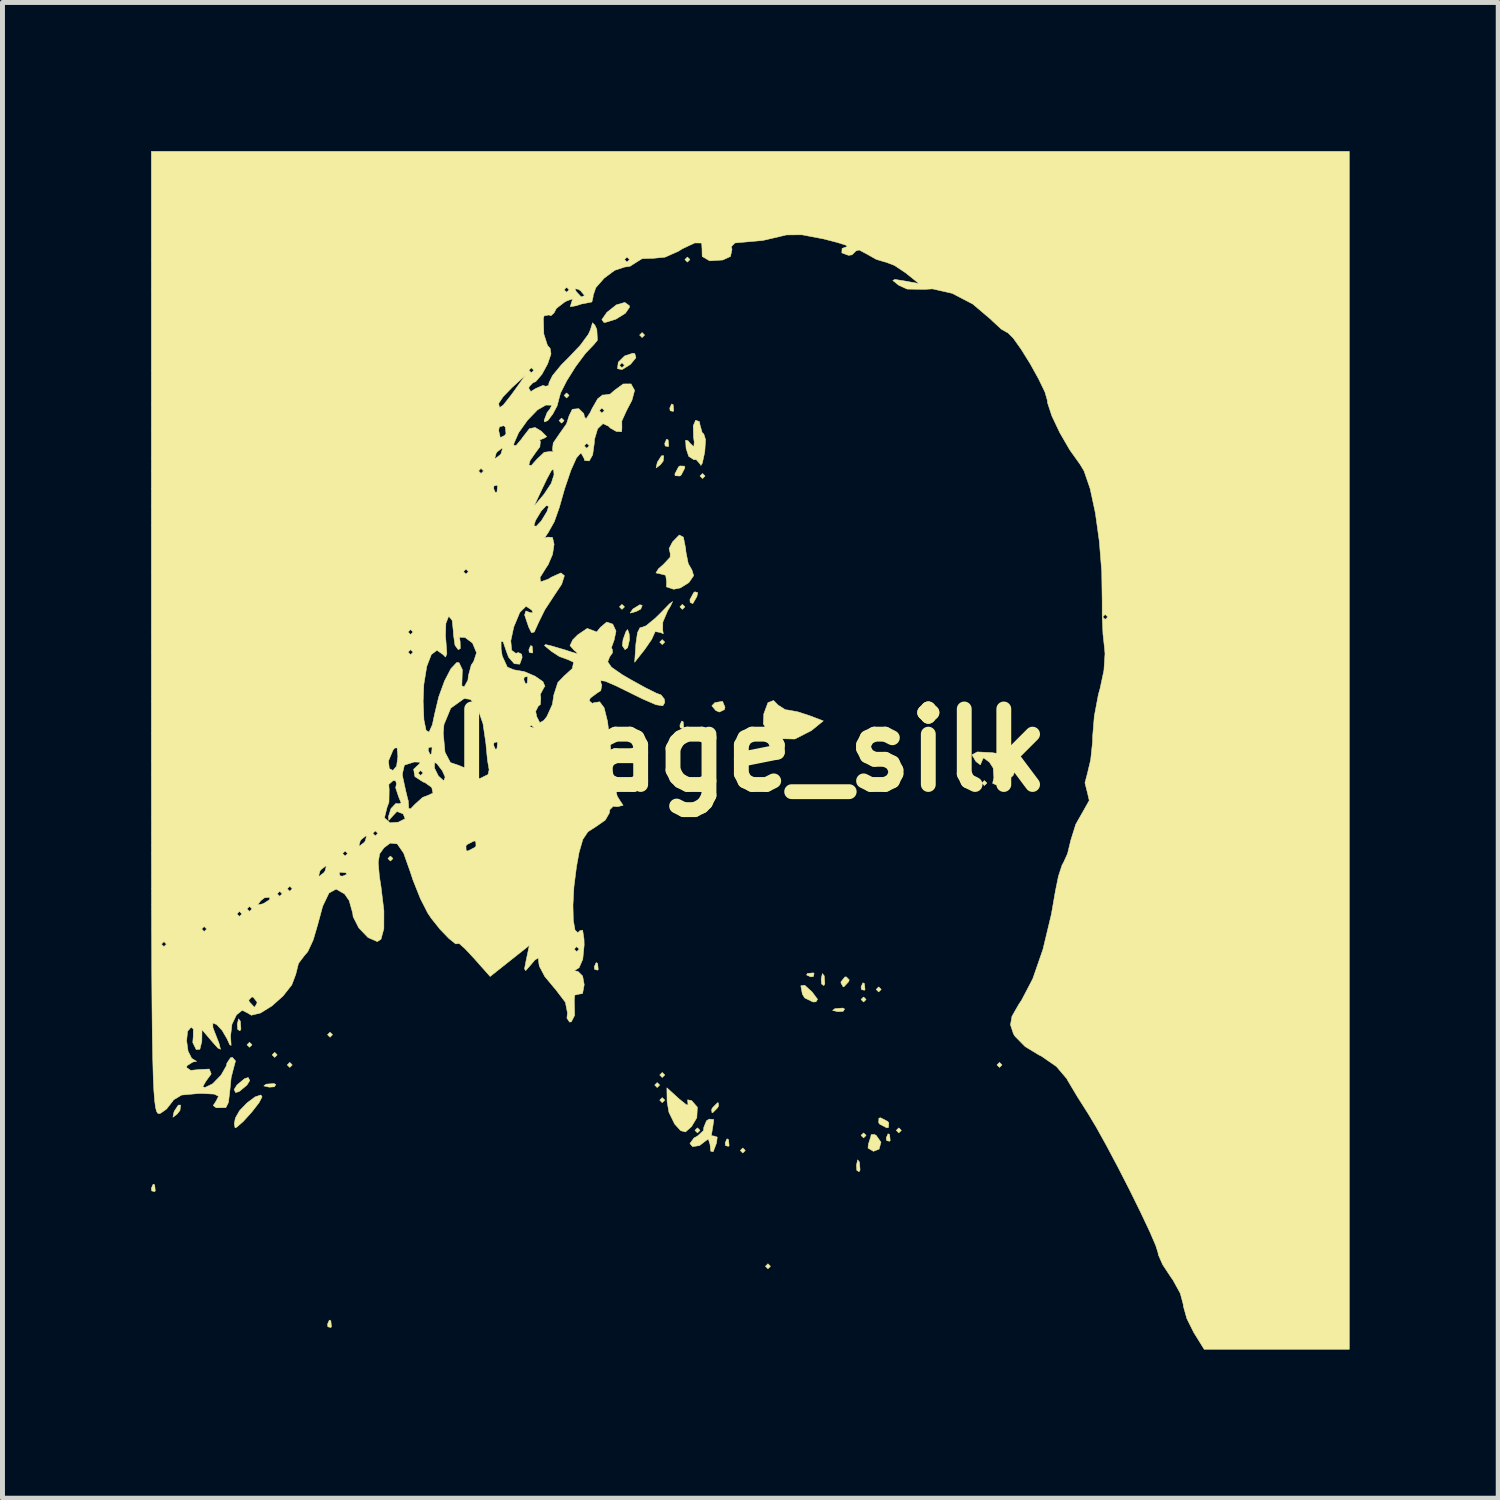
<source format=kicad_pcb>
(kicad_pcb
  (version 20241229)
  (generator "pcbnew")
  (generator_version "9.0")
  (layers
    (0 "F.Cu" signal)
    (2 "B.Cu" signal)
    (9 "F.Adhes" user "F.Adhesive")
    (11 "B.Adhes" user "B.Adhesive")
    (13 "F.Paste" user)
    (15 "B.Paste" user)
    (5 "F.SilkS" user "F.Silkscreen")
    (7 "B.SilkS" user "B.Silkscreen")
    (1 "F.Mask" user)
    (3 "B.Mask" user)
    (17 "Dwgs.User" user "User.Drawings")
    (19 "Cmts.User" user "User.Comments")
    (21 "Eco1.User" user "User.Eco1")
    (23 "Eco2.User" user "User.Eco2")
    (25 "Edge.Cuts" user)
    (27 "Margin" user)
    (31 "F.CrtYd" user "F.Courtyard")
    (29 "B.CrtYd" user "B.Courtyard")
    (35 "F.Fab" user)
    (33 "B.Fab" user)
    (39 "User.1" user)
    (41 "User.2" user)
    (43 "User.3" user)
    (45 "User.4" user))
  (footprint "Image_silk"
    (layer "F.Cu")
    (at 12.095 12.095)
    (property "Reference" "Image_silk" (at 0 0 0) (layer "F.SilkS") (effects (font (size 1.524 1.524) (thickness 0.3))))
    (attr through_hole)
    (fp_poly (pts (xy -10.058 5.944) (xy -10.109 5.994) (xy -10.16 5.944) (xy -10.109 5.893) (xy -10.058 5.944)) (stroke (width 0.01) (type solid)) (fill yes) (layer "F.SilkS"))
    (fp_poly (pts (xy -9.55 6.147) (xy -9.601 6.198) (xy -9.652 6.147) (xy -9.601 6.096) (xy -9.55 6.147)) (stroke (width 0.01) (type solid)) (fill yes) (layer "F.SilkS"))
    (fp_poly (pts (xy -9.246 6.35) (xy -9.296 6.401) (xy -9.347 6.35) (xy -9.296 6.299) (xy -9.246 6.35)) (stroke (width 0.01) (type solid)) (fill yes) (layer "F.SilkS"))
    (fp_poly (pts (xy -8.433 5.74) (xy -8.484 5.791) (xy -8.534 5.74) (xy -8.484 5.69) (xy -8.433 5.74)) (stroke (width 0.01) (type solid)) (fill yes) (layer "F.SilkS"))
    (fp_poly (pts (xy -7.214 2.184) (xy -7.264 2.235) (xy -7.315 2.184) (xy -7.264 2.134) (xy -7.214 2.184)) (stroke (width 0.01) (type solid)) (fill yes) (layer "F.SilkS"))
    (fp_poly (pts (xy -3.759 -6.655) (xy -3.81 -6.604) (xy -3.861 -6.655) (xy -3.81 -6.706) (xy -3.759 -6.655)) (stroke (width 0.01) (type solid)) (fill yes) (layer "F.SilkS"))
    (fp_poly (pts (xy -3.658 -7.163) (xy -3.708 -7.112) (xy -3.759 -7.163) (xy -3.708 -7.214) (xy -3.658 -7.163)) (stroke (width 0.01) (type solid)) (fill yes) (layer "F.SilkS"))
    (fp_poly (pts (xy -2.54 -2.896) (xy -2.591 -2.845) (xy -2.642 -2.896) (xy -2.591 -2.946) (xy -2.54 -2.896)) (stroke (width 0.01) (type solid)) (fill yes) (layer "F.SilkS"))
    (fp_poly (pts (xy -2.134 -8.382) (xy -2.184 -8.331) (xy -2.235 -8.382) (xy -2.184 -8.433) (xy -2.134 -8.382)) (stroke (width 0.01) (type solid)) (fill yes) (layer "F.SilkS"))
    (fp_poly (pts (xy -1.829 6.756) (xy -1.88 6.807) (xy -1.93 6.756) (xy -1.88 6.706) (xy -1.829 6.756)) (stroke (width 0.01) (type solid)) (fill yes) (layer "F.SilkS"))
    (fp_poly (pts (xy -1.727 -2.184) (xy -1.778 -2.134) (xy -1.829 -2.184) (xy -1.778 -2.235) (xy -1.727 -2.184)) (stroke (width 0.01) (type solid)) (fill yes) (layer "F.SilkS"))
    (fp_poly (pts (xy -1.727 6.553) (xy -1.778 6.604) (xy -1.829 6.553) (xy -1.778 6.502) (xy -1.727 6.553)) (stroke (width 0.01) (type solid)) (fill yes) (layer "F.SilkS"))
    (fp_poly (pts (xy -1.727 7.061) (xy -1.778 7.112) (xy -1.829 7.061) (xy -1.778 7.01) (xy -1.727 7.061)) (stroke (width 0.01) (type solid)) (fill yes) (layer "F.SilkS"))
    (fp_poly (pts (xy -1.321 -2.896) (xy -1.372 -2.845) (xy -1.422 -2.896) (xy -1.372 -2.946) (xy -1.321 -2.896)) (stroke (width 0.01) (type solid)) (fill yes) (layer "F.SilkS"))
    (fp_poly (pts (xy -1.219 -9.906) (xy -1.27 -9.855) (xy -1.321 -9.906) (xy -1.27 -9.957) (xy -1.219 -9.906)) (stroke (width 0.01) (type solid)) (fill yes) (layer "F.SilkS"))
    (fp_poly (pts (xy -1.016 7.671) (xy -1.067 7.722) (xy -1.118 7.671) (xy -1.067 7.62) (xy -1.016 7.671)) (stroke (width 0.01) (type solid)) (fill yes) (layer "F.SilkS"))
    (fp_poly (pts (xy -0.914 -5.537) (xy -0.965 -5.486) (xy -1.016 -5.537) (xy -0.965 -5.588) (xy -0.914 -5.537)) (stroke (width 0.01) (type solid)) (fill yes) (layer "F.SilkS"))
    (fp_poly (pts (xy -0.102 8.077) (xy -0.152 8.128) (xy -0.203 8.077) (xy -0.152 8.026) (xy -0.102 8.077)) (stroke (width 0.01) (type solid)) (fill yes) (layer "F.SilkS"))
    (fp_poly (pts (xy 0.406 10.414) (xy 0.356 10.465) (xy 0.305 10.414) (xy 0.356 10.363) (xy 0.406 10.414)) (stroke (width 0.01) (type solid)) (fill yes) (layer "F.SilkS"))
    (fp_poly (pts (xy 2.337 5.029) (xy 2.286 5.08) (xy 2.235 5.029) (xy 2.286 4.978) (xy 2.337 5.029)) (stroke (width 0.01) (type solid)) (fill yes) (layer "F.SilkS"))
    (fp_poly (pts (xy 2.337 7.772) (xy 2.286 7.823) (xy 2.235 7.772) (xy 2.286 7.722) (xy 2.337 7.772)) (stroke (width 0.01) (type solid)) (fill yes) (layer "F.SilkS"))
    (fp_poly (pts (xy 2.642 4.826) (xy 2.591 4.877) (xy 2.54 4.826) (xy 2.591 4.775) (xy 2.642 4.826)) (stroke (width 0.01) (type solid)) (fill yes) (layer "F.SilkS"))
    (fp_poly (pts (xy 3.048 7.671) (xy 2.997 7.722) (xy 2.946 7.671) (xy 2.997 7.62) (xy 3.048 7.671)) (stroke (width 0.01) (type solid)) (fill yes) (layer "F.SilkS"))
    (fp_poly (pts (xy 4.775 0.66) (xy 4.724 0.711) (xy 4.674 0.66) (xy 4.724 0.61) (xy 4.775 0.66)) (stroke (width 0.01) (type solid)) (fill yes) (layer "F.SilkS"))
    (fp_poly (pts (xy 5.08 6.35) (xy 5.029 6.401) (xy 4.978 6.35) (xy 5.029 6.299) (xy 5.08 6.35)) (stroke (width 0.01) (type solid)) (fill yes) (layer "F.SilkS"))
    (fp_poly (pts (xy 5.182 -0.051) (xy 5.131 0) (xy 5.08 -0.051) (xy 5.131 -0.102) (xy 5.182 -0.051)) (stroke (width 0.01) (type solid)) (fill yes) (layer "F.SilkS"))
    (fp_poly (pts (xy -12.023 8.771) (xy -12.011 8.892) (xy -12.023 8.907) (xy -12.083 8.893) (xy -12.09 8.839) (xy -12.053 8.756) (xy -12.023 8.771)) (stroke (width 0.01) (type solid)) (fill yes) (layer "F.SilkS"))
    (fp_poly (pts (xy -10.294 5.467) (xy -10.282 5.626) (xy -10.302 5.662) (xy -10.348 5.632) (xy -10.355 5.529) (xy -10.33 5.42) (xy -10.294 5.467)) (stroke (width 0.01) (type solid)) (fill yes) (layer "F.SilkS"))
    (fp_poly (pts (xy -9.578 6.746) (xy -9.608 6.792) (xy -9.711 6.799) (xy -9.82 6.774) (xy -9.773 6.738) (xy -9.614 6.726) (xy -9.578 6.746)) (stroke (width 0.01) (type solid)) (fill yes) (layer "F.SilkS"))
    (fp_poly (pts (xy -8.467 11.515) (xy -8.455 11.635) (xy -8.467 11.65) (xy -8.527 11.636) (xy -8.534 11.582) (xy -8.497 11.499) (xy -8.467 11.515)) (stroke (width 0.01) (type solid)) (fill yes) (layer "F.SilkS"))
    (fp_poly (pts (xy -4.403 -2.1) (xy -4.391 -1.979) (xy -4.403 -1.964) (xy -4.463 -1.978) (xy -4.47 -2.032) (xy -4.433 -2.116) (xy -4.403 -2.1)) (stroke (width 0.01) (type solid)) (fill yes) (layer "F.SilkS"))
    (fp_poly (pts (xy -3.082 4.301) (xy -3.07 4.422) (xy -3.082 4.437) (xy -3.142 4.423) (xy -3.15 4.369) (xy -3.112 4.285) (xy -3.082 4.301)) (stroke (width 0.01) (type solid)) (fill yes) (layer "F.SilkS"))
    (fp_poly (pts (xy -1.659 -6.265) (xy -1.647 -6.145) (xy -1.659 -6.13) (xy -1.72 -6.144) (xy -1.727 -6.198) (xy -1.69 -6.281) (xy -1.659 -6.265)) (stroke (width 0.01) (type solid)) (fill yes) (layer "F.SilkS"))
    (fp_poly (pts (xy -1.558 -6.977) (xy -1.546 -6.856) (xy -1.558 -6.841) (xy -1.618 -6.855) (xy -1.626 -6.909) (xy -1.588 -6.992) (xy -1.558 -6.977)) (stroke (width 0.01) (type solid)) (fill yes) (layer "F.SilkS"))
    (fp_poly (pts (xy -1.355 -0.576) (xy -1.343 -0.455) (xy -1.355 -0.44) (xy -1.415 -0.454) (xy -1.422 -0.508) (xy -1.385 -0.592) (xy -1.355 -0.576)) (stroke (width 0.01) (type solid)) (fill yes) (layer "F.SilkS"))
    (fp_poly (pts (xy -0.44 7.857) (xy -0.428 7.978) (xy -0.44 7.993) (xy -0.501 7.979) (xy -0.508 7.925) (xy -0.471 7.841) (xy -0.44 7.857)) (stroke (width 0.01) (type solid)) (fill yes) (layer "F.SilkS"))
    (fp_poly (pts (xy 1.287 4.504) (xy 1.273 4.565) (xy 1.219 4.572) (xy 1.136 4.535) (xy 1.151 4.504) (xy 1.272 4.492) (xy 1.287 4.504)) (stroke (width 0.01) (type solid)) (fill yes) (layer "F.SilkS"))
    (fp_poly (pts (xy 1.492 4.553) (xy 1.504 4.712) (xy 1.484 4.748) (xy 1.438 4.717) (xy 1.43 4.614) (xy 1.455 4.506) (xy 1.492 4.553)) (stroke (width 0.01) (type solid)) (fill yes) (layer "F.SilkS"))
    (fp_poly (pts (xy 1.903 5.222) (xy 1.873 5.268) (xy 1.77 5.275) (xy 1.661 5.25) (xy 1.708 5.214) (xy 1.867 5.202) (xy 1.903 5.222)) (stroke (width 0.01) (type solid)) (fill yes) (layer "F.SilkS"))
    (fp_poly (pts (xy 2.203 8.312) (xy 2.215 8.471) (xy 2.195 8.507) (xy 2.149 8.477) (xy 2.142 8.374) (xy 2.166 8.265) (xy 2.203 8.312)) (stroke (width 0.01) (type solid)) (fill yes) (layer "F.SilkS"))
    (fp_poly (pts (xy 2.303 4.707) (xy 2.315 4.828) (xy 2.303 4.843) (xy 2.243 4.829) (xy 2.235 4.775) (xy 2.272 4.692) (xy 2.303 4.707)) (stroke (width 0.01) (type solid)) (fill yes) (layer "F.SilkS"))
    (fp_poly (pts (xy 2.811 7.755) (xy 2.823 7.876) (xy 2.811 7.891) (xy 2.751 7.877) (xy 2.743 7.823) (xy 2.78 7.74) (xy 2.811 7.755)) (stroke (width 0.01) (type solid)) (fill yes) (layer "F.SilkS"))
    (fp_poly (pts (xy -11.512 7.268) (xy -11.57 7.342) (xy -11.655 7.406) (xy -11.634 7.305) (xy -11.627 7.285) (xy -11.546 7.161) (xy -11.5 7.16) (xy -11.512 7.268)) (stroke (width 0.01) (type solid)) (fill yes) (layer "F.SilkS"))
    (fp_poly (pts (xy -2.182 -2.927) (xy -2.212 -2.851) (xy -2.307 -2.801) (xy -2.426 -2.77) (xy -2.377 -2.844) (xy -2.364 -2.857) (xy -2.231 -2.938) (xy -2.182 -2.927)) (stroke (width 0.01) (type solid)) (fill yes) (layer "F.SilkS"))
    (fp_poly (pts (xy -1.758 -5.839) (xy -1.816 -5.764) (xy -1.902 -5.7) (xy -1.88 -5.802) (xy -1.873 -5.821) (xy -1.793 -5.945) (xy -1.747 -5.946) (xy -1.758 -5.839)) (stroke (width 0.01) (type solid)) (fill yes) (layer "F.SilkS"))
    (fp_poly (pts (xy -1.061 -3.183) (xy -1.079 -3.104) (xy -1.161 -2.961) (xy -1.214 -2.985) (xy -1.219 -3.042) (xy -1.145 -3.18) (xy -1.119 -3.2) (xy -1.061 -3.183)) (stroke (width 0.01) (type solid)) (fill yes) (layer "F.SilkS"))
    (fp_poly (pts (xy -0.511 -0.871) (xy -0.523 -0.822) (xy -0.623 -0.773) (xy -0.697 -0.803) (xy -0.777 -0.899) (xy -0.715 -0.963) (xy -0.561 -0.989) (xy -0.511 -0.871)) (stroke (width 0.01) (type solid)) (fill yes) (layer "F.SilkS"))
    (fp_poly (pts (xy -10.104 6.665) (xy -10.16 6.756) (xy -10.313 6.884) (xy -10.388 6.909) (xy -10.419 6.848) (xy -10.363 6.756) (xy -10.21 6.628) (xy -10.135 6.604) (xy -10.104 6.665)) (stroke (width 0.01) (type solid)) (fill yes) (layer "F.SilkS"))
    (fp_poly (pts (xy -2.446 -2.353) (xy -2.438 -2.235) (xy -2.477 -2.07) (xy -2.53 -2.032) (xy -2.583 -2.113) (xy -2.569 -2.235) (xy -2.51 -2.399) (xy -2.477 -2.438) (xy -2.446 -2.353)) (stroke (width 0.01) (type solid)) (fill yes) (layer "F.SilkS"))
    (fp_poly (pts (xy -1.329 -5.736) (xy -1.321 -5.702) (xy -1.395 -5.558) (xy -1.422 -5.537) (xy -1.516 -5.542) (xy -1.524 -5.576) (xy -1.45 -5.72) (xy -1.422 -5.74) (xy -1.329 -5.736)) (stroke (width 0.01) (type solid)) (fill yes) (layer "F.SilkS"))
    (fp_poly (pts (xy -0.641 7.178) (xy -0.66 7.214) (xy -0.756 7.311) (xy -0.774 7.315) (xy -0.781 7.25) (xy -0.762 7.214) (xy -0.666 7.117) (xy -0.648 7.112) (xy -0.641 7.178)) (stroke (width 0.01) (type solid)) (fill yes) (layer "F.SilkS"))
    (fp_poly (pts (xy 1.249 4.88) (xy 1.357 5.026) (xy 1.325 5.076) (xy 1.266 5.08) (xy 1.098 4.998) (xy 1.051 4.923) (xy 1.019 4.753) (xy 1.097 4.741) (xy 1.249 4.88)) (stroke (width 0.01) (type solid)) (fill yes) (layer "F.SilkS"))
    (fp_poly (pts (xy 1.997 4.634) (xy 1.981 4.674) (xy 1.89 4.771) (xy 1.874 4.775) (xy 1.83 4.697) (xy 1.829 4.674) (xy 1.907 4.576) (xy 1.936 4.572) (xy 1.997 4.634)) (stroke (width 0.01) (type solid)) (fill yes) (layer "F.SilkS"))
    (fp_poly (pts (xy 2.773 7.491) (xy 2.794 7.518) (xy 2.789 7.612) (xy 2.755 7.62) (xy 2.612 7.546) (xy 2.591 7.518) (xy 2.595 7.425) (xy 2.63 7.417) (xy 2.773 7.491)) (stroke (width 0.01) (type solid)) (fill yes) (layer "F.SilkS"))
    (fp_poly (pts (xy 2.54 7.772) (xy 2.637 7.91) (xy 2.599 8.049) (xy 2.485 8.094) (xy 2.375 8.028) (xy 2.383 7.95) (xy 2.433 7.793) (xy 2.438 7.758) (xy 2.504 7.753) (xy 2.54 7.772)) (stroke (width 0.01) (type solid)) (fill yes) (layer "F.SilkS"))
    (fp_poly (pts (xy -2.442 -8.975) (xy -2.438 -8.944) (xy -2.522 -8.822) (xy -2.713 -8.703) (xy -2.923 -8.638) (xy -2.955 -8.636) (xy -2.997 -8.694) (xy -2.896 -8.839) (xy -2.705 -8.991) (xy -2.534 -9.041) (xy -2.442 -8.975)) (stroke (width 0.01) (type solid)) (fill yes) (layer "F.SilkS"))
    (fp_poly (pts (xy -9.855 6.993) (xy -9.917 7.113) (xy -10.063 7.301) (xy -10.233 7.489) (xy -10.368 7.607) (xy -10.4 7.62) (xy -10.416 7.538) (xy -10.394 7.422) (xy -10.309 7.272) (xy -10.158 7.116) (xy -9.997 6.996) (xy -9.881 6.956) (xy -9.855 6.993)) (stroke (width 0.01) (type solid)) (fill yes) (layer "F.SilkS"))
    (fp_poly (pts (xy 0.559 -0.914) (xy 0.706 -0.82) (xy 0.761 -0.813) (xy 0.954 -0.778) (xy 1.187 -0.703) (xy 1.473 -0.594) (xy 1.233 -0.399) (xy 0.899 -0.228) (xy 0.565 -0.235) (xy 0.381 -0.33) (xy 0.262 -0.536) (xy 0.272 -0.737) (xy 0.356 -0.963) (xy 0.469 -1.006) (xy 0.559 -0.914)) (stroke (width 0.01) (type solid)) (fill yes) (layer "F.SilkS"))
    (fp_poly (pts (xy -2.332 -8.008) (xy -2.309 -7.924) (xy -2.421 -7.789) (xy -2.588 -7.685) (xy -2.681 -7.703) (xy -2.673 -7.772) (xy -2.642 -7.772) (xy -2.591 -7.722) (xy -2.54 -7.772) (xy -2.591 -7.823) (xy -2.642 -7.772) (xy -2.673 -7.772) (xy -2.666 -7.834) (xy -2.537 -7.961) (xy -2.373 -8.015) (xy -2.332 -8.008)) (stroke (width 0.01) (type solid)) (fill yes) (layer "F.SilkS"))
    (fp_poly (pts (xy -1.435 7.038) (xy -1.29 7.155) (xy -1.251 7.155) (xy -1.259 7.139) (xy -1.266 7.054) (xy -1.186 7.069) (xy -1.069 7.203) (xy -1.08 7.416) (xy -1.187 7.595) (xy -1.309 7.703) (xy -1.406 7.677) (xy -1.527 7.544) (xy -1.643 7.306) (xy -1.68 7.089) (xy -1.684 6.812) (xy -1.435 7.038)) (stroke (width 0.01) (type solid)) (fill yes) (layer "F.SilkS"))
    (fp_poly (pts (xy 4.876 0.047) (xy 4.965 0.06) (xy 5.249 0.131) (xy 5.372 0.239) (xy 5.385 0.314) (xy 5.303 0.509) (xy 5.188 0.606) (xy 4.969 0.701) (xy 4.891 0.666) (xy 4.916 0.551) (xy 4.902 0.357) (xy 4.826 0.239) (xy 4.705 0.15) (xy 4.674 0.216) (xy 4.643 0.293) (xy 4.553 0.225) (xy 4.474 0.091) (xy 4.581 0.032) (xy 4.876 0.047)) (stroke (width 0.01) (type solid)) (fill yes) (layer "F.SilkS"))
    (fp_poly (pts (xy -0.737 7.453) (xy -0.759 7.61) (xy -0.762 7.621) (xy -0.787 7.779) (xy -0.732 7.785) (xy -0.668 7.807) (xy -0.682 7.925) (xy -0.75 8.103) (xy -0.8 8.09) (xy -0.814 7.95) (xy -0.847 7.847) (xy -0.891 7.874) (xy -1.026 7.978) (xy -1.166 7.999) (xy -1.219 7.936) (xy -1.138 7.825) (xy -1.066 7.786) (xy -0.945 7.674) (xy -0.939 7.61) (xy -0.884 7.476) (xy -0.828 7.443) (xy -0.737 7.453)) (stroke (width 0.01) (type solid)) (fill yes) (layer "F.SilkS"))
    (fp_poly (pts (xy -1.611 -2.914) (xy -1.669 -2.817) (xy -1.766 -2.589) (xy -1.769 -2.425) (xy -1.767 -2.42) (xy -1.757 -2.353) (xy -1.813 -2.378) (xy -1.92 -2.397) (xy -1.933 -2.368) (xy -1.992 -2.238) (xy -2.131 -2.037) (xy -2.135 -2.032) (xy -2.335 -1.778) (xy -2.31 -2.149) (xy -2.277 -2.377) (xy -2.226 -2.477) (xy -2.212 -2.475) (xy -2.105 -2.514) (xy -1.919 -2.666) (xy -1.819 -2.764) (xy -1.633 -2.955) (xy -1.569 -3.003) (xy -1.611 -2.914)) (stroke (width 0.01) (type solid)) (fill yes) (layer "F.SilkS"))
    (fp_poly (pts (xy -1.351 -4.303) (xy -1.305 -4.07) (xy -1.3 -4.005) (xy -1.253 -3.769) (xy -1.179 -3.64) (xy -1.144 -3.526) (xy -1.24 -3.386) (xy -1.413 -3.278) (xy -1.547 -3.251) (xy -1.694 -3.3) (xy -1.69 -3.404) (xy -1.708 -3.534) (xy -1.807 -3.559) (xy -1.905 -3.581) (xy -1.854 -3.665) (xy -1.752 -3.754) (xy -1.619 -3.897) (xy -1.616 -3.978) (xy -1.618 -3.979) (xy -1.64 -4.073) (xy -1.569 -4.209) (xy -1.434 -4.346) (xy -1.351 -4.303)) (stroke (width 0.01) (type solid)) (fill yes) (layer "F.SilkS"))
    (fp_poly (pts (xy -1.027 -6.634) (xy -1.016 -6.568) (xy -0.972 -6.413) (xy -0.939 -6.384) (xy -0.904 -6.272) (xy -0.918 -6.042) (xy -0.926 -5.994) (xy -0.969 -5.797) (xy -0.999 -5.748) (xy -1.003 -5.766) (xy -1.091 -5.867) (xy -1.141 -5.867) (xy -1.244 -5.934) (xy -1.297 -6.096) (xy -1.306 -6.261) (xy -1.255 -6.247) (xy -1.216 -6.198) (xy -1.141 -6.125) (xy -1.132 -6.22) (xy -1.147 -6.327) (xy -1.152 -6.55) (xy -1.104 -6.663) (xy -1.027 -6.634)) (stroke (width 0.01) (type solid)) (fill yes) (layer "F.SilkS"))
    (fp_poly (pts (xy 12.09 12.09) (xy 9.161 12.09) (xy 8.949 11.748) (xy 8.81 11.468) (xy 8.74 11.217) (xy 8.738 11.183) (xy 8.678 10.96) (xy 8.529 10.689) (xy 8.484 10.626) (xy 8.322 10.38) (xy 8.235 10.181) (xy 8.23 10.144) (xy 8.184 9.997) (xy 8.061 9.712) (xy 7.88 9.329) (xy 7.662 8.886) (xy 7.426 8.425) (xy 7.192 7.984) (xy 6.981 7.604) (xy 6.812 7.323) (xy 6.798 7.301) (xy 6.598 6.986) (xy 6.415 6.679) (xy 6.387 6.628) (xy 6.178 6.382) (xy 5.877 6.174) (xy 5.827 6.15) (xy 5.546 5.979) (xy 5.34 5.77) (xy 5.31 5.719) (xy 5.251 5.54) (xy 5.281 5.369) (xy 5.416 5.132) (xy 5.476 5.042) (xy 5.701 4.611) (xy 5.906 4.019) (xy 6.076 3.312) (xy 6.157 2.845) (xy 6.219 2.54) (xy 6.293 2.314) (xy 6.321 2.266) (xy 6.403 2.085) (xy 6.468 1.817) (xy 6.469 1.813) (xy 6.569 1.493) (xy 6.716 1.234) (xy 6.841 1.012) (xy 6.806 0.862) (xy 6.754 0.657) (xy 6.805 0.463) (xy 6.87 0.19) (xy 6.907 -0.165) (xy 6.91 -0.286) (xy 6.943 -0.69) (xy 7.025 -1.125) (xy 7.06 -1.251) (xy 7.137 -1.612) (xy 7.159 -1.952) (xy 7.149 -2.064) (xy 7.118 -2.348) (xy 7.103 -2.692) (xy 7.112 -2.692) (xy 7.163 -2.642) (xy 7.214 -2.692) (xy 7.163 -2.743) (xy 7.112 -2.692) (xy 7.103 -2.692) (xy 7.102 -2.733) (xy 7.102 -2.997) (xy 7.093 -3.606) (xy 7.044 -4.22) (xy 6.964 -4.793) (xy 6.859 -5.281) (xy 6.736 -5.639) (xy 6.654 -5.775) (xy 6.447 -6.065) (xy 6.246 -6.412) (xy 6.086 -6.75) (xy 6 -7.012) (xy 5.994 -7.069) (xy 5.946 -7.233) (xy 5.82 -7.494) (xy 5.651 -7.799) (xy 5.469 -8.092) (xy 5.307 -8.32) (xy 5.197 -8.43) (xy 5.185 -8.433) (xy 5.066 -8.501) (xy 4.886 -8.667) (xy 4.862 -8.692) (xy 4.491 -9.007) (xy 4.075 -9.224) (xy 3.677 -9.314) (xy 3.512 -9.304) (xy 3.165 -9.31) (xy 2.994 -9.388) (xy 2.876 -9.484) (xy 2.918 -9.505) (xy 3.101 -9.476) (xy 3.404 -9.421) (xy 3.134 -9.638) (xy 2.91 -9.787) (xy 2.733 -9.855) (xy 2.724 -9.855) (xy 2.541 -9.91) (xy 2.359 -10.013) (xy 2.197 -10.099) (xy 2.134 -10.081) (xy 2.051 -10.001) (xy 1.981 -9.991) (xy 1.847 -10.041) (xy 1.852 -10.131) (xy 1.956 -10.168) (xy 1.935 -10.194) (xy 1.755 -10.251) (xy 1.477 -10.323) (xy 1.041 -10.406) (xy 0.724 -10.403) (xy 0.573 -10.366) (xy 0.25 -10.291) (xy -0.077 -10.262) (xy -0.312 -10.241) (xy -0.383 -10.167) (xy -0.37 -10.11) (xy -0.401 -9.968) (xy -0.557 -9.897) (xy -0.821 -9.88) (xy -0.972 -9.969) (xy -0.975 -10.119) (xy -0.982 -10.24) (xy -1.123 -10.241) (xy -1.37 -10.125) (xy -1.453 -10.073) (xy -1.722 -9.954) (xy -1.972 -9.93) (xy -1.974 -9.931) (xy -2.184 -9.924) (xy -2.28 -9.865) (xy -2.429 -9.77) (xy -2.541 -9.754) (xy -2.739 -9.688) (xy -2.952 -9.529) (xy -3.119 -9.338) (xy -3.175 -9.174) (xy -3.172 -9.16) (xy -3.198 -9.051) (xy -3.234 -9.042) (xy -3.41 -9.009) (xy -3.514 -8.974) (xy -3.634 -8.954) (xy -3.611 -9.035) (xy -3.586 -9.113) (xy -3.697 -9.075) (xy -3.747 -9.049) (xy -3.914 -8.921) (xy -3.962 -8.83) (xy -4.025 -8.772) (xy -4.064 -8.788) (xy -4.162 -8.77) (xy -4.177 -8.718) (xy -4.168 -8.403) (xy -4.094 -8.172) (xy -4.041 -8.114) (xy -4.023 -8.001) (xy -4.091 -7.801) (xy -4.206 -7.59) (xy -4.331 -7.443) (xy -4.391 -7.417) (xy -4.467 -7.337) (xy -4.47 -7.303) (xy -4.43 -7.241) (xy -4.334 -7.302) (xy -4.186 -7.366) (xy -4.131 -7.348) (xy -4.071 -7.364) (xy -4.064 -7.419) (xy -3.994 -7.562) (xy -3.816 -7.779) (xy -3.669 -7.926) (xy -3.434 -8.173) (xy -3.269 -8.397) (xy -3.227 -8.491) (xy -3.185 -8.63) (xy -3.136 -8.579) (xy -3.098 -8.494) (xy -3.086 -8.278) (xy -3.158 -8.19) (xy -3.328 -8.012) (xy -3.526 -7.746) (xy -3.707 -7.457) (xy -3.831 -7.211) (xy -3.861 -7.101) (xy -3.899 -6.954) (xy -3.988 -6.787) (xy -4.086 -6.658) (xy -4.153 -6.628) (xy -4.162 -6.66) (xy -4.101 -6.82) (xy -4.051 -6.881) (xy -4.004 -6.966) (xy -4.127 -6.969) (xy -4.297 -6.871) (xy -4.499 -6.661) (xy -4.676 -6.412) (xy -4.771 -6.196) (xy -4.775 -6.157) (xy -4.728 -6.152) (xy -4.615 -6.287) (xy -4.596 -6.316) (xy -4.458 -6.493) (xy -4.343 -6.516) (xy -4.221 -6.443) (xy -4.11 -6.332) (xy -4.163 -6.299) (xy -4.252 -6.265) (xy -4.238 -6.236) (xy -4.248 -6.125) (xy -4.323 -6.026) (xy -4.445 -5.851) (xy -4.47 -5.761) (xy -4.423 -5.746) (xy -4.311 -5.872) (xy -4.16 -6.016) (xy -4.041 -6.031) (xy -3.977 -6.026) (xy -3.994 -6.065) (xy -3.985 -6.147) (xy -3.353 -6.147) (xy -3.302 -6.096) (xy -3.251 -6.147) (xy -3.302 -6.198) (xy -3.353 -6.147) (xy -3.985 -6.147) (xy -3.978 -6.204) (xy -3.857 -6.381) (xy -3.71 -6.59) (xy -3.658 -6.752) (xy -3.593 -6.884) (xy -3.463 -6.897) (xy -3.361 -6.797) (xy -3.349 -6.731) (xy -3.314 -6.692) (xy -3.231 -6.82) (xy -3.213 -6.858) (xy -3.048 -6.858) (xy -2.997 -6.807) (xy -2.946 -6.858) (xy -2.997 -6.909) (xy -3.048 -6.858) (xy -3.213 -6.858) (xy -3.198 -6.891) (xy -3.081 -7.096) (xy -2.977 -7.176) (xy -2.96 -7.171) (xy -2.829 -7.19) (xy -2.742 -7.266) (xy -2.566 -7.395) (xy -2.408 -7.396) (xy -2.337 -7.267) (xy -2.337 -7.261) (xy -2.39 -7.064) (xy -2.498 -6.859) (xy -2.594 -6.647) (xy -2.592 -6.504) (xy -2.598 -6.431) (xy -2.704 -6.436) (xy -2.83 -6.508) (xy -2.859 -6.541) (xy -2.974 -6.594) (xy -3.082 -6.491) (xy -3.145 -6.278) (xy -3.15 -6.198) (xy -3.182 -5.965) (xy -3.251 -5.842) (xy -3.345 -5.85) (xy -3.353 -5.887) (xy -3.409 -5.99) (xy -3.43 -5.994) (xy -3.51 -5.902) (xy -3.622 -5.651) (xy -3.748 -5.28) (xy -3.856 -4.899) (xy -3.957 -4.614) (xy -4.079 -4.397) (xy -4.154 -4.285) (xy -4.089 -4.304) (xy -3.993 -4.297) (xy -3.961 -4.159) (xy -3.992 -3.955) (xy -4.082 -3.745) (xy -4.112 -3.702) (xy -4.245 -3.488) (xy -4.233 -3.401) (xy -4.081 -3.454) (xy -4.013 -3.496) (xy -3.823 -3.581) (xy -3.753 -3.525) (xy -3.808 -3.352) (xy -3.96 -3.124) (xy -4.149 -2.835) (xy -4.276 -2.577) (xy -4.361 -2.388) (xy -4.417 -2.374) (xy -4.474 -2.489) (xy -4.556 -2.732) (xy -4.531 -2.814) (xy -4.455 -2.784) (xy -4.385 -2.772) (xy -4.411 -2.831) (xy -4.527 -2.908) (xy -4.652 -2.785) (xy -4.775 -2.49) (xy -4.835 -2.211) (xy -4.817 -2.018) (xy -4.73 -1.956) (xy -4.684 -1.975) (xy -4.615 -1.94) (xy -4.606 -1.875) (xy -4.655 -1.739) (xy -4.765 -1.748) (xy -4.879 -1.879) (xy -4.922 -1.993) (xy -4.989 -2.19) (xy -5.031 -2.201) (xy -5.03 -2.044) (xy -5.008 -1.905) (xy -4.905 -1.68) (xy -4.775 -1.626) (xy -4.56 -1.588) (xy -4.344 -1.496) (xy -4.186 -1.386) (xy -4.145 -1.291) (xy -4.165 -1.27) (xy -4.24 -1.127) (xy -4.229 -1.063) (xy -4.239 -0.923) (xy -4.279 -0.894) (xy -4.333 -0.787) (xy -4.312 -0.681) (xy -4.249 -0.558) (xy -4.171 -0.601) (xy -4.106 -0.683) (xy -3.995 -0.928) (xy -3.966 -1.119) (xy -3.885 -1.369) (xy -3.759 -1.5) (xy -3.594 -1.65) (xy -3.567 -1.778) (xy -3.683 -1.832) (xy -3.855 -1.894) (xy -4.013 -1.997) (xy -4.154 -2.114) (xy -4.136 -2.136) (xy -4.013 -2.107) (xy -3.737 -2.026) (xy -3.607 -1.983) (xy -3.479 -1.947) (xy -3.527 -1.998) (xy -3.555 -2.018) (xy -3.64 -2.114) (xy -3.585 -2.23) (xy -3.484 -2.331) (xy -3.292 -2.461) (xy -3.192 -2.424) (xy -3.1 -2.389) (xy -3.026 -2.482) (xy -2.899 -2.589) (xy -2.777 -2.548) (xy -2.711 -2.407) (xy -2.749 -2.225) (xy -2.804 -2.073) (xy -2.785 -2.032) (xy -2.782 -1.969) (xy -2.84 -1.886) (xy -2.878 -1.787) (xy -2.803 -1.678) (xy -2.586 -1.527) (xy -2.42 -1.43) (xy -2.123 -1.266) (xy -1.897 -1.153) (xy -1.803 -1.119) (xy -1.736 -1.035) (xy -1.727 -0.964) (xy -1.766 -0.899) (xy -1.903 -0.92) (xy -2.169 -1.035) (xy -2.334 -1.116) (xy -2.707 -1.3) (xy -2.927 -1.395) (xy -3.02 -1.408) (xy -3.013 -1.349) (xy -2.997 -1.32) (xy -3.019 -1.204) (xy -3.092 -1.157) (xy -3.231 -1.054) (xy -3.251 -0.999) (xy -3.189 -0.947) (xy -3.157 -0.961) (xy -3.041 -0.979) (xy -2.951 -0.859) (xy -2.882 -0.583) (xy -2.827 -0.133) (xy -2.799 0.245) (xy -2.754 0.648) (xy -2.686 0.927) (xy -2.621 1.031) (xy -2.568 1.109) (xy -2.679 1.138) (xy -2.769 1.13) (xy -2.837 1.2) (xy -2.845 1.264) (xy -2.928 1.409) (xy -3.122 1.544) (xy -3.278 1.644) (xy -3.381 1.798) (xy -3.456 2.058) (xy -3.509 2.35) (xy -3.56 2.751) (xy -3.58 3.124) (xy -3.573 3.429) (xy -3.539 3.628) (xy -3.481 3.682) (xy -3.444 3.643) (xy -3.385 3.629) (xy -3.357 3.811) (xy -3.354 3.929) (xy -3.382 4.217) (xy -3.456 4.387) (xy -3.48 4.403) (xy -3.555 4.449) (xy -3.48 4.462) (xy -3.385 4.556) (xy -3.353 4.73) (xy -3.386 4.909) (xy -3.463 4.922) (xy -3.545 4.941) (xy -3.553 5.043) (xy -3.546 5.349) (xy -3.613 5.479) (xy -3.648 5.486) (xy -3.702 5.406) (xy -3.691 5.299) (xy -3.733 5.085) (xy -3.94 4.814) (xy -3.955 4.799) (xy -4.149 4.565) (xy -4.258 4.358) (xy -4.267 4.306) (xy -4.28 4.191) (xy -4.348 4.231) (xy -4.427 4.324) (xy -4.535 4.447) (xy -4.558 4.41) (xy -4.523 4.229) (xy -4.477 4.013) (xy -3.556 4.013) (xy -3.505 4.064) (xy -3.454 4.013) (xy -3.505 3.962) (xy -3.556 4.013) (xy -4.477 4.013) (xy -4.46 3.937) (xy -4.856 4.251) (xy -5.252 4.565) (xy -5.573 4.203) (xy -5.758 4.005) (xy -5.873 3.902) (xy -5.893 3.901) (xy -5.948 3.907) (xy -6.086 3.796) (xy -6.264 3.611) (xy -6.438 3.393) (xy -6.511 3.285) (xy -6.661 2.99) (xy -6.81 2.616) (xy -6.864 2.452) (xy -6.997 2.076) (xy -7.098 1.93) (xy -5.74 1.93) (xy -5.736 2.024) (xy -5.702 2.032) (xy -5.558 1.958) (xy -5.537 1.93) (xy -5.542 1.837) (xy -5.576 1.829) (xy -5.72 1.903) (xy -5.74 1.93) (xy -7.098 1.93) (xy -7.127 1.888) (xy -7.269 1.873) (xy -7.395 1.967) (xy -7.482 2.089) (xy -7.511 2.26) (xy -7.488 2.539) (xy -7.454 2.758) (xy -7.396 3.237) (xy -7.397 3.599) (xy -7.455 3.813) (xy -7.529 3.861) (xy -7.717 3.778) (xy -7.903 3.584) (xy -8.017 3.359) (xy -8.026 3.287) (xy -8.097 3.033) (xy -8.19 2.899) (xy -8.36 2.801) (xy -8.504 2.88) (xy -8.632 3.147) (xy -8.728 3.503) (xy -8.822 3.826) (xy -8.933 4.065) (xy -9.003 4.146) (xy -9.12 4.301) (xy -9.176 4.524) (xy -9.255 4.734) (xy -9.431 4.958) (xy -9.657 5.16) (xy -9.887 5.302) (xy -10.072 5.347) (xy -10.149 5.301) (xy -10.255 5.247) (xy -10.372 5.34) (xy -10.463 5.529) (xy -10.491 5.764) (xy -10.49 5.78) (xy -10.48 5.956) (xy -10.508 5.942) (xy -10.56 5.827) (xy -10.661 5.653) (xy -10.772 5.535) (xy -10.849 5.504) (xy -10.848 5.594) (xy -10.838 5.622) (xy -10.725 5.912) (xy -10.694 6.034) (xy -10.746 6.01) (xy -10.851 5.893) (xy -11.068 5.639) (xy -11.071 5.873) (xy -11.111 6.035) (xy -11.185 6.04) (xy -11.254 5.898) (xy -11.245 5.78) (xy -11.243 5.624) (xy -11.287 5.588) (xy -11.359 5.671) (xy -11.378 5.861) (xy -11.349 6.072) (xy -11.276 6.217) (xy -11.252 6.232) (xy -11.177 6.278) (xy -11.252 6.291) (xy -11.37 6.365) (xy -11.379 6.403) (xy -11.296 6.46) (xy -11.125 6.443) (xy -10.92 6.433) (xy -10.882 6.532) (xy -10.993 6.685) (xy -11.052 6.789) (xy -11.009 6.807) (xy -10.852 6.73) (xy -10.682 6.555) (xy -10.575 6.367) (xy -10.566 6.317) (xy -10.492 6.205) (xy -10.454 6.198) (xy -10.391 6.27) (xy -10.42 6.375) (xy -10.479 6.603) (xy -10.507 6.883) (xy -10.534 7.108) (xy -10.586 7.212) (xy -10.592 7.213) (xy -10.759 7.214) (xy -10.782 7.214) (xy -10.841 7.17) (xy -10.777 7.07) (xy -10.734 6.982) (xy -10.821 6.939) (xy -11.07 6.926) (xy -11.126 6.926) (xy -11.479 6.958) (xy -11.645 7.057) (xy -11.652 7.072) (xy -11.783 7.24) (xy -11.899 7.322) (xy -11.931 7.334) (xy -11.959 7.327) (xy -11.984 7.29) (xy -12.005 7.21) (xy -12.023 7.075) (xy -12.039 6.873) (xy -12.052 6.594) (xy -12.062 6.224) (xy -12.071 5.753) (xy -12.077 5.168) (xy -12.078 5.041) (xy -10.125 5.041) (xy -10.109 5.08) (xy -10.018 5.177) (xy -10.002 5.182) (xy -9.958 5.103) (xy -9.957 5.08) (xy -10.035 4.982) (xy -10.064 4.978) (xy -10.125 5.041) (xy -12.078 5.041) (xy -12.082 4.457) (xy -12.084 3.912) (xy -11.887 3.912) (xy -11.836 3.962) (xy -11.786 3.912) (xy -11.836 3.861) (xy -11.887 3.912) (xy -12.084 3.912) (xy -12.086 3.609) (xy -12.086 3.607) (xy -11.074 3.607) (xy -11.024 3.658) (xy -10.973 3.607) (xy -11.024 3.556) (xy -11.074 3.607) (xy -12.086 3.607) (xy -12.086 3.302) (xy -10.363 3.302) (xy -10.312 3.353) (xy -10.262 3.302) (xy -10.312 3.251) (xy -10.363 3.302) (xy -12.086 3.302) (xy -12.087 3.2) (xy -10.16 3.2) (xy -10.109 3.251) (xy -10.058 3.2) (xy -10.109 3.15) (xy -10.16 3.2) (xy -12.087 3.2) (xy -12.087 3.121) (xy -9.946 3.121) (xy -9.845 3.099) (xy -9.825 3.092) (xy -9.701 3.012) (xy -9.7 2.966) (xy -9.808 2.977) (xy -9.882 3.035) (xy -9.946 3.121) (xy -12.087 3.121) (xy -12.087 2.896) (xy -9.55 2.896) (xy -9.5 2.946) (xy -9.449 2.896) (xy -9.5 2.845) (xy -9.55 2.896) (xy -12.087 2.896) (xy -12.088 2.794) (xy -9.347 2.794) (xy -9.296 2.845) (xy -9.246 2.794) (xy -9.296 2.743) (xy -9.347 2.794) (xy -12.088 2.794) (xy -12.088 2.611) (xy -12.088 2.533) (xy -8.713 2.533) (xy -8.699 2.54) (xy -8.611 2.472) (xy -8.297 2.472) (xy -8.283 2.533) (xy -8.23 2.54) (xy -8.146 2.503) (xy -8.162 2.472) (xy -8.282 2.46) (xy -8.297 2.472) (xy -8.611 2.472) (xy -8.606 2.468) (xy -8.585 2.438) (xy -8.559 2.343) (xy -8.573 2.337) (xy -8.666 2.408) (xy -8.687 2.438) (xy -8.713 2.533) (xy -12.088 2.533) (xy -12.089 2.083) (xy -8.23 2.083) (xy -8.179 2.134) (xy -8.128 2.083) (xy -8.179 2.032) (xy -8.23 2.083) (xy -12.089 2.083) (xy -12.089 1.924) (xy -7.9 1.924) (xy -7.886 1.93) (xy -7.793 1.859) (xy -7.772 1.829) (xy -7.747 1.734) (xy -7.76 1.727) (xy -7.853 1.799) (xy -7.874 1.829) (xy -7.9 1.924) (xy -12.089 1.924) (xy -12.089 1.676) (xy -7.62 1.676) (xy -7.569 1.727) (xy -7.518 1.676) (xy -7.569 1.626) (xy -7.62 1.676) (xy -12.089 1.676) (xy -12.089 1.453) (xy -12.089 1.363) (xy -7.385 1.363) (xy -7.273 1.463) (xy -7.105 1.45) (xy -6.967 1.38) (xy -7.008 1.283) (xy -7.132 1.234) (xy -7.216 1.322) (xy -7.298 1.415) (xy -7.305 1.34) (xy -7.254 1.177) (xy -7.154 1.071) (xy -7.091 1.08) (xy -7.048 1.062) (xy -7.098 0.94) (xy -7.159 0.756) (xy -7.142 0.674) (xy -7.159 0.616) (xy -7.209 0.61) (xy -7.297 0.688) (xy -7.29 0.798) (xy -7.294 1.046) (xy -7.334 1.155) (xy -7.385 1.363) (xy -12.089 1.363) (xy -12.09 0.48) (xy -7.025 0.48) (xy -7.012 0.559) (xy -6.971 0.747) (xy -6.957 0.813) (xy -6.916 0.98) (xy -6.905 1.016) (xy -6.896 1.152) (xy -6.898 1.168) (xy -6.859 1.183) (xy -6.772 1.092) (xy -6.613 0.949) (xy -6.517 0.914) (xy -6.406 0.862) (xy -6.43 0.75) (xy -6.567 0.651) (xy -6.604 0.639) (xy -6.77 0.531) (xy -6.783 0.457) (xy -6.706 0.457) (xy -6.655 0.508) (xy -6.604 0.457) (xy -6.655 0.406) (xy -6.706 0.457) (xy -6.783 0.457) (xy -6.796 0.382) (xy -6.773 0.36) (xy -6.374 0.36) (xy -6.296 0.518) (xy -6.196 0.608) (xy -6.186 0.61) (xy -6.16 0.539) (xy -6.218 0.411) (xy -6.326 0.269) (xy -6.374 0.244) (xy -6.374 0.36) (xy -6.773 0.36) (xy -6.68 0.273) (xy -6.663 0.24) (xy -6.782 0.235) (xy -6.982 0.298) (xy -7.025 0.48) (xy -12.09 0.48) (xy -12.09 0.215) (xy -7.304 0.215) (xy -7.287 0.369) (xy -7.214 0.406) (xy -7.14 0.319) (xy -7.114 0.127) (xy -7.124 0) (xy -6.502 0) (xy -6.465 0.084) (xy -6.435 0.068) (xy -6.423 -0.053) (xy -6.435 -0.068) (xy -6.495 -0.054) (xy -6.502 0) (xy -7.124 0) (xy -7.129 -0.05) (xy -7.181 -0.045) (xy -7.214 0) (xy -7.304 0.215) (xy -12.09 0.215) (xy -12.09 0.121) (xy -12.09 -0.344) (xy -6.198 -0.344) (xy -6.163 0.038) (xy -6.053 0.247) (xy -5.882 0.305) (xy -5.723 0.371) (xy -5.69 0.457) (xy -5.611 0.569) (xy -5.461 0.57) (xy -5.294 0.488) (xy -5.272 0.392) (xy -5.305 0.203) (xy -5.333 -0.081) (xy -5.334 -0.102) (xy -5.182 -0.102) (xy -5.144 -0.018) (xy -5.114 -0.034) (xy -5.102 -0.154) (xy -5.114 -0.169) (xy -5.174 -0.155) (xy -5.182 -0.102) (xy -5.334 -0.102) (xy -5.336 -0.127) (xy -5.384 -0.457) (xy -4.47 -0.457) (xy -4.42 -0.406) (xy -4.369 -0.457) (xy -4.42 -0.508) (xy -4.47 -0.457) (xy -5.384 -0.457) (xy -5.396 -0.539) (xy -5.506 -0.852) (xy -5.649 -1.028) (xy -5.775 -1.046) (xy -6.046 -0.852) (xy -6.184 -0.52) (xy -6.198 -0.344) (xy -12.09 -0.344) (xy -12.09 -0.991) (xy -6.604 -0.991) (xy -6.588 -0.614) (xy -6.545 -0.403) (xy -6.485 -0.367) (xy -6.418 -0.517) (xy -6.372 -0.734) (xy -6.289 -1.08) (xy -6.172 -1.401) (xy -6.044 -1.647) (xy -5.928 -1.771) (xy -5.88 -1.77) (xy -5.813 -1.63) (xy -5.818 -1.464) (xy -5.823 -1.304) (xy -5.777 -1.279) (xy -5.701 -1.415) (xy -5.7 -1.422) (xy -4.572 -1.422) (xy -4.535 -1.339) (xy -4.504 -1.355) (xy -4.492 -1.475) (xy -4.504 -1.49) (xy -4.565 -1.476) (xy -4.572 -1.422) (xy -5.7 -1.422) (xy -5.69 -1.51) (xy -5.633 -1.722) (xy -5.585 -1.791) (xy -5.526 -1.97) (xy -5.608 -2.166) (xy -5.76 -2.279) (xy -5.87 -2.282) (xy -5.857 -2.186) (xy -5.854 -2.054) (xy -5.896 -2.032) (xy -5.961 -2.121) (xy -5.993 -2.342) (xy -5.994 -2.394) (xy -6.018 -2.622) (xy -6.08 -2.699) (xy -6.094 -2.693) (xy -6.145 -2.563) (xy -6.153 -2.311) (xy -6.144 -2.205) (xy -6.125 -1.952) (xy -6.152 -1.882) (xy -6.199 -1.93) (xy -6.325 -2.02) (xy -6.439 -1.933) (xy -6.531 -1.694) (xy -6.59 -1.331) (xy -6.604 -0.991) (xy -12.09 -0.991) (xy -12.09 -1.395) (xy -12.09 -1.981) (xy -6.909 -1.981) (xy -6.858 -1.93) (xy -6.807 -1.981) (xy -6.858 -2.032) (xy -6.909 -1.981) (xy -12.09 -1.981) (xy -12.09 -2.333) (xy -12.09 -2.388) (xy -6.909 -2.388) (xy -6.858 -2.337) (xy -6.807 -2.388) (xy -6.858 -2.438) (xy -6.909 -2.388) (xy -12.09 -2.388) (xy -12.09 -3.607) (xy -5.791 -3.607) (xy -5.74 -3.556) (xy -5.69 -3.607) (xy -5.74 -3.658) (xy -5.791 -3.607) (xy -12.09 -3.607) (xy -12.09 -4.533) (xy -4.369 -4.533) (xy -4.32 -4.523) (xy -4.22 -4.629) (xy -4.103 -4.821) (xy -4.07 -4.928) (xy -4.12 -4.938) (xy -4.22 -4.832) (xy -4.336 -4.64) (xy -4.369 -4.533) (xy -12.09 -4.533) (xy -12.09 -4.928) (xy -4.367 -4.928) (xy -4.165 -5.167) (xy -4.019 -5.388) (xy -3.962 -5.565) (xy -3.972 -5.671) (xy -4.013 -5.651) (xy -4.105 -5.481) (xy -4.2 -5.283) (xy -4.367 -4.928) (xy -12.09 -4.928) (xy -12.09 -5.283) (xy -5.182 -5.283) (xy -5.144 -5.2) (xy -5.114 -5.215) (xy -5.102 -5.336) (xy -5.114 -5.351) (xy -5.174 -5.337) (xy -5.182 -5.283) (xy -12.09 -5.283) (xy -12.09 -5.639) (xy -5.486 -5.639) (xy -5.436 -5.588) (xy -5.385 -5.639) (xy -5.436 -5.69) (xy -5.486 -5.639) (xy -12.09 -5.639) (xy -12.09 -5.899) (xy -5.157 -5.899) (xy -5.143 -5.893) (xy -5.05 -5.964) (xy -5.029 -5.994) (xy -5.003 -6.089) (xy -5.017 -6.096) (xy -5.11 -6.024) (xy -5.131 -5.994) (xy -5.157 -5.899) (xy -12.09 -5.899) (xy -12.09 -6.458) (xy -5.08 -6.458) (xy -5.047 -6.311) (xy -4.959 -6.355) (xy -4.932 -6.394) (xy -4.945 -6.524) (xy -4.977 -6.552) (xy -5.065 -6.53) (xy -5.08 -6.458) (xy -12.09 -6.458) (xy -12.09 -6.993) (xy -5.08 -6.993) (xy -5.061 -6.918) (xy -4.986 -6.969) (xy -4.831 -7.166) (xy -4.778 -7.239) (xy -4.54 -7.569) (xy -4.81 -7.323) (xy -4.989 -7.138) (xy -5.078 -7.005) (xy -5.08 -6.993) (xy -12.09 -6.993) (xy -12.09 -7.671) (xy -4.47 -7.671) (xy -4.42 -7.62) (xy -4.369 -7.671) (xy -4.42 -7.722) (xy -4.47 -7.671) (xy -12.09 -7.671) (xy -12.09 -9.296) (xy -3.759 -9.296) (xy -3.708 -9.246) (xy -3.658 -9.296) (xy -3.679 -9.318) (xy -3.54 -9.318) (xy -3.515 -9.261) (xy -3.413 -9.152) (xy -3.354 -9.175) (xy -3.353 -9.189) (xy -3.425 -9.275) (xy -3.47 -9.306) (xy -3.54 -9.318) (xy -3.679 -9.318) (xy -3.708 -9.347) (xy -3.759 -9.296) (xy -12.09 -9.296) (xy -12.09 -9.906) (xy -2.54 -9.906) (xy -2.489 -9.855) (xy -2.438 -9.906) (xy -2.489 -9.957) (xy -2.54 -9.906) (xy -12.09 -9.906) (xy -12.09 -12.09) (xy 12.09 -12.09) (xy 12.09 12.09)) (stroke (width 0.01) (type solid)) (fill yes) (layer "F.SilkS")))
  (gr_rect
    (start -3 -3)
    (end 27.191 27.191)
    (stroke (width 0.1) (type default))
    (fill no)
    (layer "Edge.Cuts")))
</source>
